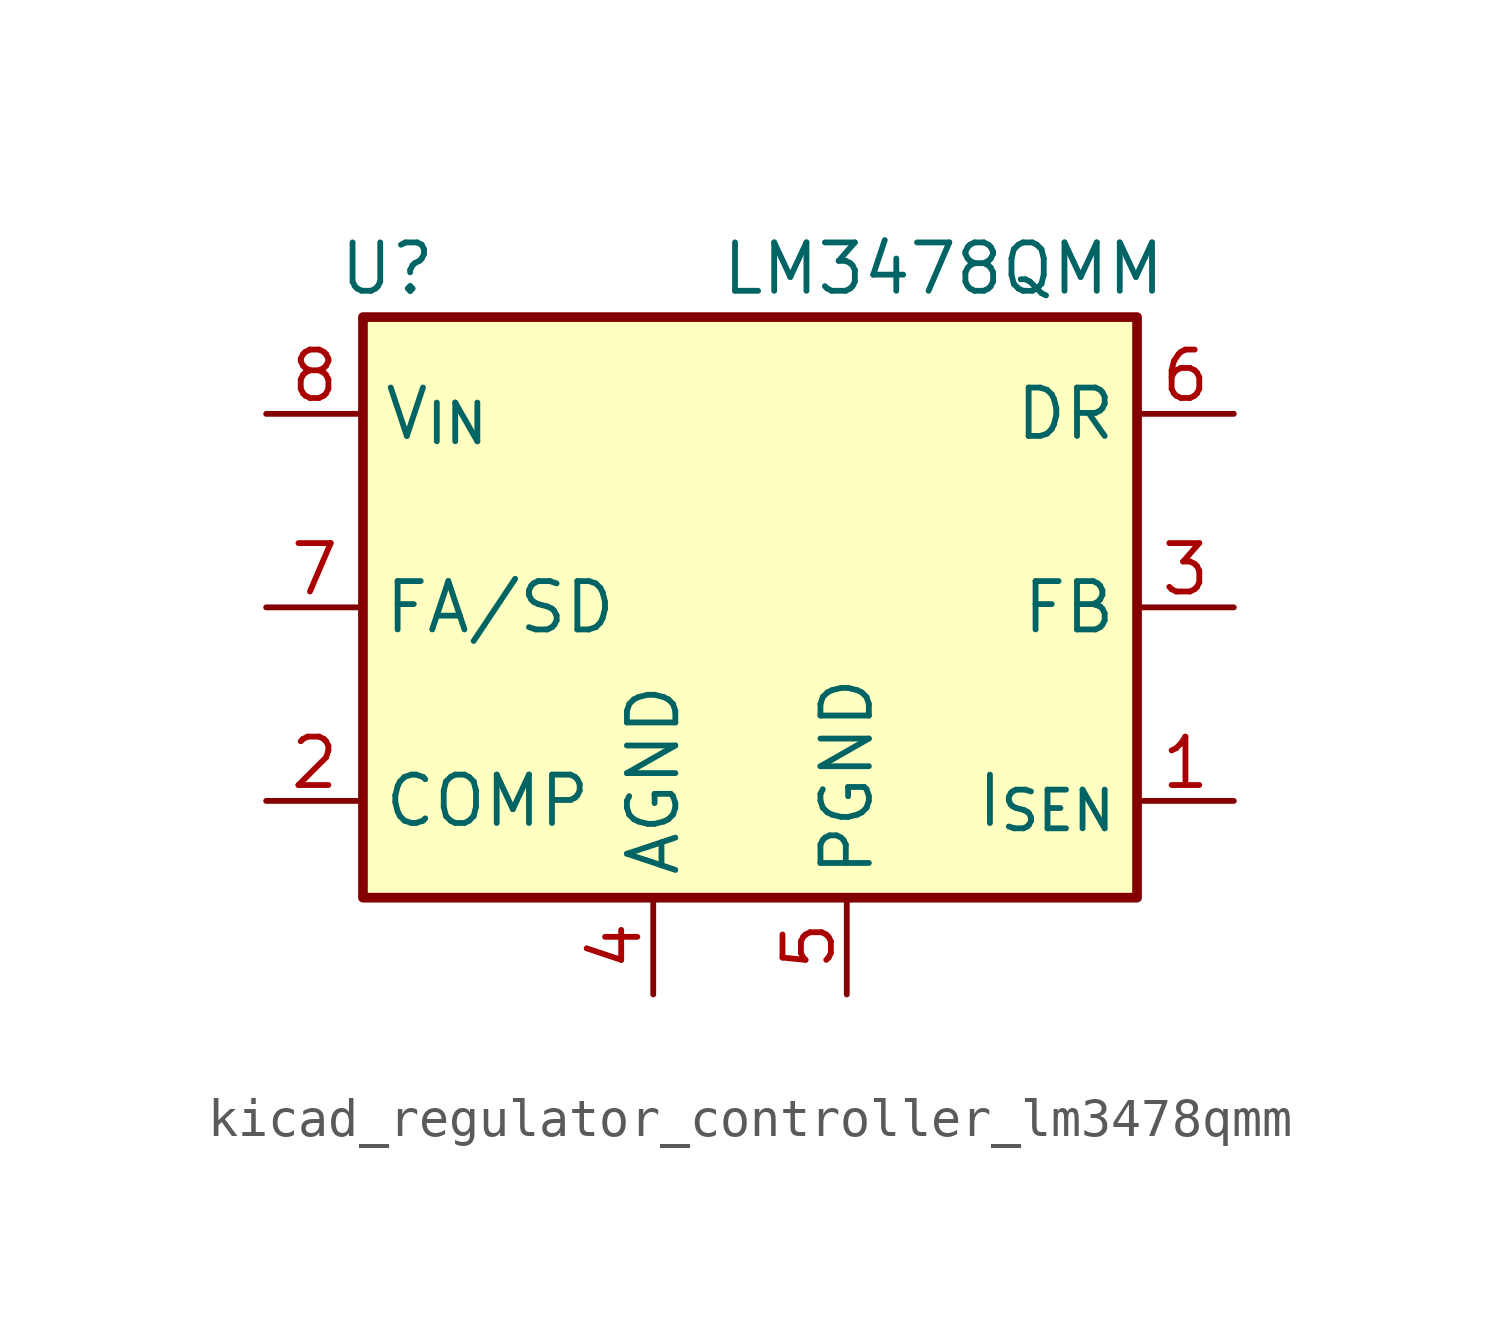
<source format=kicad_sym>
(kicad_symbol_lib
  (version 20220914)
  (generator kicad_symbol_editor)
  (symbol "kicad_regulator_controller_lm3478qmm"
    (property "Reference" "U"
      (at -9.525 8.89 0)
      (effects (font (size 1.27 1.27))))
    (property "Value" "LM3478QMM"
      (at 5.08 8.89 0)
      (effects (font (size 1.27 1.27))))
    (symbol "kicad_regulator_controller_lm3478qmm_0_1"
      (rectangle (start -10.16 7.62) (end 10.16 -7.62) (stroke (width 0.254) (type default)) (fill (type background))))
    (symbol "kicad_regulator_controller_lm3478qmm_1_1"
      (pin input line (at 12.7 -5.08 180) (length 2.54) (name "I_{SEN}" (effects (font (size 1.27 1.27)))) (number "1" (effects (font (size 1.27 1.27)))))
      (pin input line (at -12.7 -5.08 0) (length 2.54) (name "COMP" (effects (font (size 1.27 1.27)))) (number "2" (effects (font (size 1.27 1.27)))))
      (pin input line (at 12.7 0 180) (length 2.54) (name "FB" (effects (font (size 1.27 1.27)))) (number "3" (effects (font (size 1.27 1.27)))))
      (pin power_in line (at -2.54 -10.16 90) (length 2.54) (name "AGND" (effects (font (size 1.27 1.27)))) (number "4" (effects (font (size 1.27 1.27)))))
      (pin power_in line (at 2.54 -10.16 90) (length 2.54) (name "PGND" (effects (font (size 1.27 1.27)))) (number "5" (effects (font (size 1.27 1.27)))))
      (pin output line (at 12.7 5.08 180) (length 2.54) (name "DR" (effects (font (size 1.27 1.27)))) (number "6" (effects (font (size 1.27 1.27)))))
      (pin input line (at -12.7 0 0) (length 2.54) (name "FA/SD" (effects (font (size 1.27 1.27)))) (number "7" (effects (font (size 1.27 1.27)))))
      (pin power_in line (at -12.7 5.08 0) (length 2.54) (name "V_{IN}" (effects (font (size 1.27 1.27)))) (number "8" (effects (font (size 1.27 1.27))))))))
</source>
